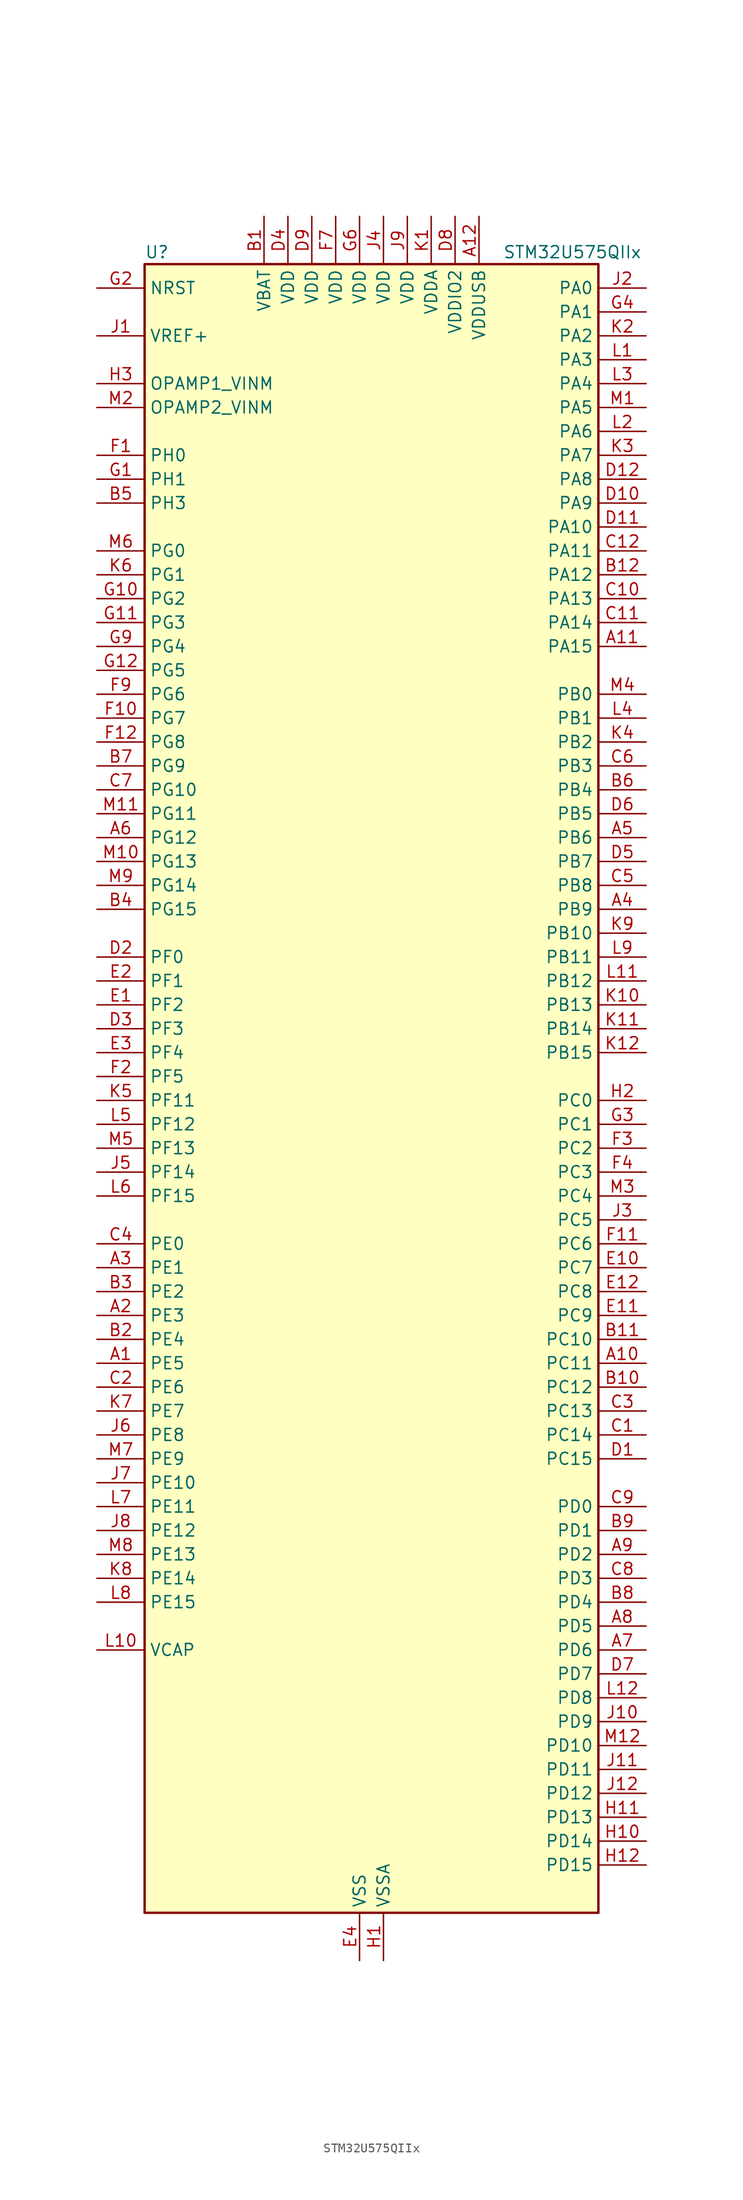
<source format=kicad_sym>
(kicad_symbol_lib
  (version 20220914)
  (generator kicad_symbol_editor)
  (symbol "STM32U575QIIx"
    (property "Reference" "U"
      (at -22.86 90.17 0)
      (effects (font (size 1.27 1.27)) (justify left)))
    (property "Value" "STM32U575QIIx"
      (at 15.24 90.17 0)
      (effects (font (size 1.27 1.27)) (justify left)))
    (property "ki_locked" ""
      (at 0 0 0)
      (effects (font (size 1.27 1.27))))
    (symbol "STM32U575QIIx_0_1"
      (rectangle (start -22.86 -86.36) (end 25.4 88.9) (stroke (width 0.254) (type default)) (fill (type background))))
    (symbol "STM32U575QIIx_1_1"
      (pin bidirectional line (at -27.94 -27.94 0) (length 5.08) (name "PE5" (effects (font (size 1.27 1.27)))) (number "A1" (effects (font (size 1.27 1.27)))) (alternate "DCMI_D6" bidirectional line) (alternate "DEBUG_TRACED2" bidirectional line) (alternate "FMC_A21" bidirectional line) (alternate "MDF1_CKI3" bidirectional line) (alternate "PSSI_D6" bidirectional line) (alternate "PWR_WKUP2" bidirectional line) (alternate "SAI1_CK2" bidirectional line) (alternate "SAI1_SCK_A" bidirectional line) (alternate "TAMP_IN8" bidirectional line) (alternate "TAMP_OUT7" bidirectional line) (alternate "TIM3_CH3" bidirectional line) (alternate "TSC_G7_IO4" bidirectional line))
      (pin bidirectional line (at 30.48 -27.94 180) (length 5.08) (name "PC11" (effects (font (size 1.27 1.27)))) (number "A10" (effects (font (size 1.27 1.27)))) (alternate "ADC1_EXTI11" bidirectional line) (alternate "ADF1_SDI0" bidirectional line) (alternate "DCMI_D2" bidirectional line) (alternate "DCMI_D4" bidirectional line) (alternate "LPTIM3_IN1" bidirectional line) (alternate "OCTOSPIM_P1_NCS" bidirectional line) (alternate "PSSI_D2" bidirectional line) (alternate "PSSI_D4" bidirectional line) (alternate "SAI2_MCLK_B" bidirectional line) (alternate "SDMMC1_D3" bidirectional line) (alternate "SPI3_MISO" bidirectional line) (alternate "TSC_G3_IO3" bidirectional line) (alternate "UART4_RX" bidirectional line) (alternate "UCPD1_FRSTX2" bidirectional line) (alternate "USART3_RX" bidirectional line))
      (pin bidirectional line (at 30.48 48.26 180) (length 5.08) (name "PA15" (effects (font (size 1.27 1.27)))) (number "A11" (effects (font (size 1.27 1.27)))) (alternate "ADC1_EXTI15" bidirectional line) (alternate "ADC4_EXTI15" bidirectional line) (alternate "DEBUG_JTDI" bidirectional line) (alternate "SAI2_FS_B" bidirectional line) (alternate "SPI1_NSS" bidirectional line) (alternate "SPI3_NSS" bidirectional line) (alternate "TIM2_CH1" bidirectional line) (alternate "TIM2_ETR" bidirectional line) (alternate "UART4_DE" bidirectional line) (alternate "UART4_RTS" bidirectional line) (alternate "UCPD1_CC1" bidirectional line) (alternate "USART2_RX" bidirectional line) (alternate "USART3_DE" bidirectional line) (alternate "USART3_RTS" bidirectional line))
      (pin power_in line (at 12.7 93.98 270) (length 5.08) (name "VDDUSB" (effects (font (size 1.27 1.27)))) (number "A12" (effects (font (size 1.27 1.27)))))
      (pin bidirectional line (at -27.94 -22.86 0) (length 5.08) (name "PE3" (effects (font (size 1.27 1.27)))) (number "A2" (effects (font (size 1.27 1.27)))) (alternate "DEBUG_TRACED0" bidirectional line) (alternate "FMC_A19" bidirectional line) (alternate "OCTOSPIM_P1_DQS" bidirectional line) (alternate "SAI1_SD_B" bidirectional line) (alternate "TAMP_IN6" bidirectional line) (alternate "TAMP_OUT3" bidirectional line) (alternate "TIM3_CH1" bidirectional line) (alternate "TSC_G7_IO2" bidirectional line))
      (pin bidirectional line (at -27.94 -17.78 0) (length 5.08) (name "PE1" (effects (font (size 1.27 1.27)))) (number "A3" (effects (font (size 1.27 1.27)))) (alternate "DCMI_D3" bidirectional line) (alternate "FMC_NBL1" bidirectional line) (alternate "PSSI_D3" bidirectional line) (alternate "TIM17_CH1" bidirectional line))
      (pin bidirectional line (at 30.48 20.32 180) (length 5.08) (name "PB9" (effects (font (size 1.27 1.27)))) (number "A4" (effects (font (size 1.27 1.27)))) (alternate "DAC1_EXTI9" bidirectional line) (alternate "DCMI_D7" bidirectional line) (alternate "FDCAN1_TX" bidirectional line) (alternate "I2C1_SDA" bidirectional line) (alternate "IR_OUT" bidirectional line) (alternate "PSSI_D7" bidirectional line) (alternate "SAI1_D2" bidirectional line) (alternate "SAI1_FS_A" bidirectional line) (alternate "SDMMC1_CDIR" bidirectional line) (alternate "SDMMC1_D5" bidirectional line) (alternate "SDMMC2_D5" bidirectional line) (alternate "SPI2_NSS" bidirectional line) (alternate "TIM17_CH1" bidirectional line) (alternate "TIM4_CH4" bidirectional line))
      (pin bidirectional line (at 30.48 27.94 180) (length 5.08) (name "PB6" (effects (font (size 1.27 1.27)))) (number "A5" (effects (font (size 1.27 1.27)))) (alternate "COMP2_INP" bidirectional line) (alternate "DCMI_D5" bidirectional line) (alternate "I2C1_SCL" bidirectional line) (alternate "I2C4_SCL" bidirectional line) (alternate "LPTIM1_ETR" bidirectional line) (alternate "MDF1_SDI5" bidirectional line) (alternate "PSSI_D5" bidirectional line) (alternate "PWR_WKUP3" bidirectional line) (alternate "SAI1_FS_B" bidirectional line) (alternate "TIM16_CH1N" bidirectional line) (alternate "TIM4_CH1" bidirectional line) (alternate "TIM8_BKIN2" bidirectional line) (alternate "TSC_G2_IO3" bidirectional line) (alternate "USART1_TX" bidirectional line))
      (pin bidirectional line (at -27.94 27.94 0) (length 5.08) (name "PG12" (effects (font (size 1.27 1.27)))) (number "A6" (effects (font (size 1.27 1.27)))) (alternate "FMC_NE4" bidirectional line) (alternate "LPTIM1_ETR" bidirectional line) (alternate "OCTOSPIM_P2_NCS" bidirectional line) (alternate "SAI2_SD_A" bidirectional line) (alternate "SPI3_NSS" bidirectional line) (alternate "USART1_DE" bidirectional line) (alternate "USART1_RTS" bidirectional line))
      (pin bidirectional line (at 30.48 -58.42 180) (length 5.08) (name "PD6" (effects (font (size 1.27 1.27)))) (number "A7" (effects (font (size 1.27 1.27)))) (alternate "DCMI_D10" bidirectional line) (alternate "FMC_NWAIT" bidirectional line) (alternate "MDF1_SDI1" bidirectional line) (alternate "OCTOSPIM_P1_IO6" bidirectional line) (alternate "PSSI_D10" bidirectional line) (alternate "SAI1_D1" bidirectional line) (alternate "SAI1_SD_A" bidirectional line) (alternate "SDMMC2_CK" bidirectional line) (alternate "SPI3_MOSI" bidirectional line) (alternate "USART2_RX" bidirectional line))
      (pin bidirectional line (at 30.48 -55.88 180) (length 5.08) (name "PD5" (effects (font (size 1.27 1.27)))) (number "A8" (effects (font (size 1.27 1.27)))) (alternate "FMC_NWE" bidirectional line) (alternate "OCTOSPIM_P1_IO5" bidirectional line) (alternate "SPI2_RDY" bidirectional line) (alternate "USART2_TX" bidirectional line))
      (pin bidirectional line (at 30.48 -48.26 180) (length 5.08) (name "PD2" (effects (font (size 1.27 1.27)))) (number "A9" (effects (font (size 1.27 1.27)))) (alternate "DCMI_D11" bidirectional line) (alternate "DEBUG_TRACED2" bidirectional line) (alternate "LPTIM4_ETR" bidirectional line) (alternate "PSSI_D11" bidirectional line) (alternate "SDMMC1_CMD" bidirectional line) (alternate "TIM3_ETR" bidirectional line) (alternate "TSC_SYNC" bidirectional line) (alternate "UART5_RX" bidirectional line) (alternate "USART3_DE" bidirectional line) (alternate "USART3_RTS" bidirectional line))
      (pin power_in line (at -10.16 93.98 270) (length 5.08) (name "VBAT" (effects (font (size 1.27 1.27)))) (number "B1" (effects (font (size 1.27 1.27)))))
      (pin bidirectional line (at 30.48 -30.48 180) (length 5.08) (name "PC12" (effects (font (size 1.27 1.27)))) (number "B10" (effects (font (size 1.27 1.27)))) (alternate "DCMI_D9" bidirectional line) (alternate "DEBUG_TRACED3" bidirectional line) (alternate "PSSI_D9" bidirectional line) (alternate "SAI2_SD_B" bidirectional line) (alternate "SDMMC1_CK" bidirectional line) (alternate "SPI3_MOSI" bidirectional line) (alternate "TSC_G3_IO4" bidirectional line) (alternate "UART5_TX" bidirectional line) (alternate "USART3_CK" bidirectional line))
      (pin bidirectional line (at 30.48 -25.4 180) (length 5.08) (name "PC10" (effects (font (size 1.27 1.27)))) (number "B11" (effects (font (size 1.27 1.27)))) (alternate "ADF1_CCK1" bidirectional line) (alternate "DCMI_D8" bidirectional line) (alternate "DEBUG_TRACED1" bidirectional line) (alternate "LPTIM3_ETR" bidirectional line) (alternate "PSSI_D8" bidirectional line) (alternate "SAI2_SCK_B" bidirectional line) (alternate "SDMMC1_D2" bidirectional line) (alternate "SPI3_SCK" bidirectional line) (alternate "TSC_G3_IO2" bidirectional line) (alternate "UART4_TX" bidirectional line) (alternate "USART3_TX" bidirectional line))
      (pin bidirectional line (at 30.48 55.88 180) (length 5.08) (name "PA12" (effects (font (size 1.27 1.27)))) (number "B12" (effects (font (size 1.27 1.27)))) (alternate "FDCAN1_TX" bidirectional line) (alternate "OCTOSPIM_P2_NCS" bidirectional line) (alternate "SPI1_MOSI" bidirectional line) (alternate "TIM1_ETR" bidirectional line) (alternate "USART1_DE" bidirectional line) (alternate "USART1_RTS" bidirectional line) (alternate "USB_OTG_FS_DP" bidirectional line))
      (pin bidirectional line (at -27.94 -25.4 0) (length 5.08) (name "PE4" (effects (font (size 1.27 1.27)))) (number "B2" (effects (font (size 1.27 1.27)))) (alternate "DCMI_D4" bidirectional line) (alternate "DEBUG_TRACED1" bidirectional line) (alternate "FMC_A20" bidirectional line) (alternate "MDF1_SDI3" bidirectional line) (alternate "PSSI_D4" bidirectional line) (alternate "PWR_WKUP1" bidirectional line) (alternate "SAI1_D2" bidirectional line) (alternate "SAI1_FS_A" bidirectional line) (alternate "TAMP_IN7" bidirectional line) (alternate "TAMP_OUT8" bidirectional line) (alternate "TIM3_CH2" bidirectional line) (alternate "TSC_G7_IO3" bidirectional line))
      (pin bidirectional line (at -27.94 -20.32 0) (length 5.08) (name "PE2" (effects (font (size 1.27 1.27)))) (number "B3" (effects (font (size 1.27 1.27)))) (alternate "DEBUG_TRACECLK" bidirectional line) (alternate "FMC_A23" bidirectional line) (alternate "SAI1_CK1" bidirectional line) (alternate "SAI1_MCLK_A" bidirectional line) (alternate "TIM3_ETR" bidirectional line) (alternate "TSC_G7_IO1" bidirectional line))
      (pin bidirectional line (at -27.94 20.32 0) (length 5.08) (name "PG15" (effects (font (size 1.27 1.27)))) (number "B4" (effects (font (size 1.27 1.27)))) (alternate "ADC1_EXTI15" bidirectional line) (alternate "ADC4_EXTI15" bidirectional line) (alternate "DCMI_D13" bidirectional line) (alternate "I2C1_SMBA" bidirectional line) (alternate "LPTIM1_CH1" bidirectional line) (alternate "OCTOSPIM_P2_DQS" bidirectional line) (alternate "PSSI_D13" bidirectional line))
      (pin bidirectional line (at -27.94 63.5 0) (length 5.08) (name "PH3" (effects (font (size 1.27 1.27)))) (number "B5" (effects (font (size 1.27 1.27)))))
      (pin bidirectional line (at 30.48 33.02 180) (length 5.08) (name "PB4" (effects (font (size 1.27 1.27)))) (number "B6" (effects (font (size 1.27 1.27)))) (alternate "ADF1_SDI0" bidirectional line) (alternate "COMP2_INP" bidirectional line) (alternate "DCMI_D12" bidirectional line) (alternate "DEBUG_JTRST" bidirectional line) (alternate "I2C3_SDA" bidirectional line) (alternate "LPTIM1_CH2" bidirectional line) (alternate "PSSI_D12" bidirectional line) (alternate "SAI1_MCLK_B" bidirectional line) (alternate "SDMMC2_D3" bidirectional line) (alternate "SPI1_MISO" bidirectional line) (alternate "SPI3_MISO" bidirectional line) (alternate "TIM17_BKIN" bidirectional line) (alternate "TIM3_CH1" bidirectional line) (alternate "TSC_G2_IO1" bidirectional line) (alternate "UART5_DE" bidirectional line) (alternate "UART5_RTS" bidirectional line) (alternate "USART1_CTS" bidirectional line))
      (pin bidirectional line (at -27.94 35.56 0) (length 5.08) (name "PG9" (effects (font (size 1.27 1.27)))) (number "B7" (effects (font (size 1.27 1.27)))) (alternate "DAC1_EXTI9" bidirectional line) (alternate "FMC_NCE" bidirectional line) (alternate "FMC_NE2" bidirectional line) (alternate "OCTOSPIM_P2_IO6" bidirectional line) (alternate "SAI2_SCK_A" bidirectional line) (alternate "SPI3_SCK" bidirectional line) (alternate "TIM15_CH1N" bidirectional line) (alternate "USART1_TX" bidirectional line))
      (pin bidirectional line (at 30.48 -53.34 180) (length 5.08) (name "PD4" (effects (font (size 1.27 1.27)))) (number "B8" (effects (font (size 1.27 1.27)))) (alternate "FMC_NOE" bidirectional line) (alternate "MDF1_CKI0" bidirectional line) (alternate "OCTOSPIM_P1_IO4" bidirectional line) (alternate "SPI2_MOSI" bidirectional line) (alternate "USART2_DE" bidirectional line) (alternate "USART2_RTS" bidirectional line))
      (pin bidirectional line (at 30.48 -45.72 180) (length 5.08) (name "PD1" (effects (font (size 1.27 1.27)))) (number "B9" (effects (font (size 1.27 1.27)))) (alternate "FDCAN1_TX" bidirectional line) (alternate "FMC_D3" bidirectional line) (alternate "FMC_DA3" bidirectional line) (alternate "SPI2_SCK" bidirectional line))
      (pin bidirectional line (at 30.48 -35.56 180) (length 5.08) (name "PC14" (effects (font (size 1.27 1.27)))) (number "C1" (effects (font (size 1.27 1.27)))) (alternate "RCC_OSC32_IN" bidirectional line))
      (pin bidirectional line (at 30.48 53.34 180) (length 5.08) (name "PA13" (effects (font (size 1.27 1.27)))) (number "C10" (effects (font (size 1.27 1.27)))) (alternate "DEBUG_JTMS-SWDIO" bidirectional line) (alternate "IR_OUT" bidirectional line) (alternate "SAI1_SD_B" bidirectional line) (alternate "USB_OTG_FS_NOE" bidirectional line))
      (pin bidirectional line (at 30.48 50.8 180) (length 5.08) (name "PA14" (effects (font (size 1.27 1.27)))) (number "C11" (effects (font (size 1.27 1.27)))) (alternate "DEBUG_JTCK-SWCLK" bidirectional line) (alternate "I2C1_SMBA" bidirectional line) (alternate "I2C4_SMBA" bidirectional line) (alternate "LPTIM1_CH1" bidirectional line) (alternate "SAI1_FS_B" bidirectional line) (alternate "USB_OTG_FS_SOF" bidirectional line))
      (pin bidirectional line (at 30.48 58.42 180) (length 5.08) (name "PA11" (effects (font (size 1.27 1.27)))) (number "C12" (effects (font (size 1.27 1.27)))) (alternate "ADC1_EXTI11" bidirectional line) (alternate "FDCAN1_RX" bidirectional line) (alternate "SPI1_MISO" bidirectional line) (alternate "TIM1_BKIN2" bidirectional line) (alternate "TIM1_CH4" bidirectional line) (alternate "USART1_CTS" bidirectional line) (alternate "USB_OTG_FS_DM" bidirectional line))
      (pin bidirectional line (at -27.94 -30.48 0) (length 5.08) (name "PE6" (effects (font (size 1.27 1.27)))) (number "C2" (effects (font (size 1.27 1.27)))) (alternate "DCMI_D7" bidirectional line) (alternate "DEBUG_TRACED3" bidirectional line) (alternate "FMC_A22" bidirectional line) (alternate "PSSI_D7" bidirectional line) (alternate "PWR_WKUP3" bidirectional line) (alternate "SAI1_D1" bidirectional line) (alternate "SAI1_SD_A" bidirectional line) (alternate "TAMP_IN3" bidirectional line) (alternate "TAMP_OUT6" bidirectional line) (alternate "TIM3_CH4" bidirectional line))
      (pin bidirectional line (at 30.48 -33.02 180) (length 5.08) (name "PC13" (effects (font (size 1.27 1.27)))) (number "C3" (effects (font (size 1.27 1.27)))) (alternate "PWR_WKUP2" bidirectional line) (alternate "RTC_OUT1" bidirectional line) (alternate "RTC_TS" bidirectional line) (alternate "TAMP_IN1" bidirectional line) (alternate "TAMP_OUT2" bidirectional line))
      (pin bidirectional line (at -27.94 -15.24 0) (length 5.08) (name "PE0" (effects (font (size 1.27 1.27)))) (number "C4" (effects (font (size 1.27 1.27)))) (alternate "DCMI_D2" bidirectional line) (alternate "FMC_NBL0" bidirectional line) (alternate "PSSI_D2" bidirectional line) (alternate "TIM16_CH1" bidirectional line) (alternate "TIM4_ETR" bidirectional line))
      (pin bidirectional line (at 30.48 22.86 180) (length 5.08) (name "PB8" (effects (font (size 1.27 1.27)))) (number "C5" (effects (font (size 1.27 1.27)))) (alternate "DCMI_D6" bidirectional line) (alternate "FDCAN1_RX" bidirectional line) (alternate "I2C1_SCL" bidirectional line) (alternate "MDF1_CCK0" bidirectional line) (alternate "PSSI_D6" bidirectional line) (alternate "PWR_WKUP5" bidirectional line) (alternate "SAI1_CK1" bidirectional line) (alternate "SAI1_MCLK_A" bidirectional line) (alternate "SDMMC1_CKIN" bidirectional line) (alternate "SDMMC1_D4" bidirectional line) (alternate "SDMMC2_D4" bidirectional line) (alternate "SPI3_RDY" bidirectional line) (alternate "TIM16_CH1" bidirectional line) (alternate "TIM4_CH3" bidirectional line))
      (pin bidirectional line (at 30.48 35.56 180) (length 5.08) (name "PB3" (effects (font (size 1.27 1.27)))) (number "C6" (effects (font (size 1.27 1.27)))) (alternate "ADF1_CCK0" bidirectional line) (alternate "COMP2_INM" bidirectional line) (alternate "CRS_SYNC" bidirectional line) (alternate "DEBUG_JTDO-SWO" bidirectional line) (alternate "I2C1_SDA" bidirectional line) (alternate "LPTIM1_CH1" bidirectional line) (alternate "SAI1_SCK_B" bidirectional line) (alternate "SDMMC2_D2" bidirectional line) (alternate "SPI1_SCK" bidirectional line) (alternate "SPI3_SCK" bidirectional line) (alternate "TIM2_CH2" bidirectional line) (alternate "USART1_DE" bidirectional line) (alternate "USART1_RTS" bidirectional line))
      (pin bidirectional line (at -27.94 33.02 0) (length 5.08) (name "PG10" (effects (font (size 1.27 1.27)))) (number "C7" (effects (font (size 1.27 1.27)))) (alternate "FMC_NE3" bidirectional line) (alternate "LPTIM1_IN1" bidirectional line) (alternate "OCTOSPIM_P2_IO7" bidirectional line) (alternate "SAI2_FS_A" bidirectional line) (alternate "SPI3_MISO" bidirectional line) (alternate "TIM15_CH1" bidirectional line) (alternate "USART1_RX" bidirectional line))
      (pin bidirectional line (at 30.48 -50.8 180) (length 5.08) (name "PD3" (effects (font (size 1.27 1.27)))) (number "C8" (effects (font (size 1.27 1.27)))) (alternate "DCMI_D5" bidirectional line) (alternate "FMC_CLK" bidirectional line) (alternate "MDF1_SDI0" bidirectional line) (alternate "OCTOSPIM_P2_NCS" bidirectional line) (alternate "PSSI_D5" bidirectional line) (alternate "SPI2_MISO" bidirectional line) (alternate "SPI2_SCK" bidirectional line) (alternate "USART2_CTS" bidirectional line))
      (pin bidirectional line (at 30.48 -43.18 180) (length 5.08) (name "PD0" (effects (font (size 1.27 1.27)))) (number "C9" (effects (font (size 1.27 1.27)))) (alternate "FDCAN1_RX" bidirectional line) (alternate "FMC_D2" bidirectional line) (alternate "FMC_DA2" bidirectional line) (alternate "SPI2_NSS" bidirectional line) (alternate "TIM8_CH4N" bidirectional line))
      (pin bidirectional line (at 30.48 -38.1 180) (length 5.08) (name "PC15" (effects (font (size 1.27 1.27)))) (number "D1" (effects (font (size 1.27 1.27)))) (alternate "ADC1_EXTI15" bidirectional line) (alternate "ADC4_EXTI15" bidirectional line) (alternate "RCC_OSC32_OUT" bidirectional line))
      (pin bidirectional line (at 30.48 63.5 180) (length 5.08) (name "PA9" (effects (font (size 1.27 1.27)))) (number "D10" (effects (font (size 1.27 1.27)))) (alternate "DAC1_EXTI9" bidirectional line) (alternate "DCMI_D0" bidirectional line) (alternate "PSSI_D0" bidirectional line) (alternate "SAI1_FS_A" bidirectional line) (alternate "SPI2_SCK" bidirectional line) (alternate "TIM15_BKIN" bidirectional line) (alternate "TIM1_CH2" bidirectional line) (alternate "USART1_TX" bidirectional line) (alternate "USB_OTG_FS_VBUS" bidirectional line))
      (pin bidirectional line (at 30.48 60.96 180) (length 5.08) (name "PA10" (effects (font (size 1.27 1.27)))) (number "D11" (effects (font (size 1.27 1.27)))) (alternate "CRS_SYNC" bidirectional line) (alternate "DCMI_D1" bidirectional line) (alternate "LPTIM2_IN2" bidirectional line) (alternate "PSSI_D1" bidirectional line) (alternate "SAI1_D1" bidirectional line) (alternate "SAI1_SD_A" bidirectional line) (alternate "TIM17_BKIN" bidirectional line) (alternate "TIM1_CH3" bidirectional line) (alternate "USART1_RX" bidirectional line) (alternate "USB_OTG_FS_ID" bidirectional line))
      (pin bidirectional line (at 30.48 66.04 180) (length 5.08) (name "PA8" (effects (font (size 1.27 1.27)))) (number "D12" (effects (font (size 1.27 1.27)))) (alternate "DEBUG_TRACECLK" bidirectional line) (alternate "LPTIM2_CH1" bidirectional line) (alternate "RCC_MCO" bidirectional line) (alternate "SAI1_CK2" bidirectional line) (alternate "SAI1_SCK_A" bidirectional line) (alternate "SPI1_RDY" bidirectional line) (alternate "TIM1_CH1" bidirectional line) (alternate "USART1_CK" bidirectional line) (alternate "USB_OTG_FS_SOF" bidirectional line))
      (pin bidirectional line (at -27.94 15.24 0) (length 5.08) (name "PF0" (effects (font (size 1.27 1.27)))) (number "D2" (effects (font (size 1.27 1.27)))) (alternate "FMC_A0" bidirectional line) (alternate "I2C2_SDA" bidirectional line) (alternate "OCTOSPIM_P2_IO0" bidirectional line))
      (pin bidirectional line (at -27.94 7.62 0) (length 5.08) (name "PF3" (effects (font (size 1.27 1.27)))) (number "D3" (effects (font (size 1.27 1.27)))) (alternate "FMC_A3" bidirectional line) (alternate "LPTIM3_IN1" bidirectional line) (alternate "OCTOSPIM_P2_IO3" bidirectional line))
      (pin power_in line (at -7.62 93.98 270) (length 5.08) (name "VDD" (effects (font (size 1.27 1.27)))) (number "D4" (effects (font (size 1.27 1.27)))))
      (pin bidirectional line (at 30.48 25.4 180) (length 5.08) (name "PB7" (effects (font (size 1.27 1.27)))) (number "D5" (effects (font (size 1.27 1.27)))) (alternate "COMP2_INM" bidirectional line) (alternate "DCMI_VSYNC" bidirectional line) (alternate "FMC_NL" bidirectional line) (alternate "I2C1_SDA" bidirectional line) (alternate "I2C4_SDA" bidirectional line) (alternate "LPTIM1_IN2" bidirectional line) (alternate "MDF1_CKI5" bidirectional line) (alternate "PSSI_RDY" bidirectional line) (alternate "PWR_PVD_IN" bidirectional line) (alternate "PWR_WKUP4" bidirectional line) (alternate "TIM17_CH1N" bidirectional line) (alternate "TIM4_CH2" bidirectional line) (alternate "TIM8_BKIN" bidirectional line) (alternate "TSC_G2_IO4" bidirectional line) (alternate "UART4_CTS" bidirectional line) (alternate "USART1_RX" bidirectional line))
      (pin bidirectional line (at 30.48 30.48 180) (length 5.08) (name "PB5" (effects (font (size 1.27 1.27)))) (number "D6" (effects (font (size 1.27 1.27)))) (alternate "COMP2_OUT" bidirectional line) (alternate "DCMI_D10" bidirectional line) (alternate "I2C1_SMBA" bidirectional line) (alternate "LPTIM1_IN1" bidirectional line) (alternate "OCTOSPIM_P1_NCLK" bidirectional line) (alternate "PSSI_D10" bidirectional line) (alternate "PWR_WKUP6" bidirectional line) (alternate "SAI1_SD_B" bidirectional line) (alternate "SPI1_MOSI" bidirectional line) (alternate "SPI3_MOSI" bidirectional line) (alternate "TIM16_BKIN" bidirectional line) (alternate "TIM3_CH2" bidirectional line) (alternate "TSC_G2_IO2" bidirectional line) (alternate "UART5_CTS" bidirectional line) (alternate "UCPD1_DBCC1" bidirectional line) (alternate "USART1_CK" bidirectional line))
      (pin bidirectional line (at 30.48 -60.96 180) (length 5.08) (name "PD7" (effects (font (size 1.27 1.27)))) (number "D7" (effects (font (size 1.27 1.27)))) (alternate "FMC_NCE" bidirectional line) (alternate "FMC_NE1" bidirectional line) (alternate "LPTIM4_OUT" bidirectional line) (alternate "MDF1_CKI1" bidirectional line) (alternate "OCTOSPIM_P1_IO7" bidirectional line) (alternate "SDMMC2_CMD" bidirectional line) (alternate "USART2_CK" bidirectional line))
      (pin power_in line (at 10.16 93.98 270) (length 5.08) (name "VDDIO2" (effects (font (size 1.27 1.27)))) (number "D8" (effects (font (size 1.27 1.27)))))
      (pin power_in line (at -5.08 93.98 270) (length 5.08) (name "VDD" (effects (font (size 1.27 1.27)))) (number "D9" (effects (font (size 1.27 1.27)))))
      (pin bidirectional line (at -27.94 10.16 0) (length 5.08) (name "PF2" (effects (font (size 1.27 1.27)))) (number "E1" (effects (font (size 1.27 1.27)))) (alternate "FMC_A2" bidirectional line) (alternate "I2C2_SMBA" bidirectional line) (alternate "LPTIM3_CH2" bidirectional line) (alternate "OCTOSPIM_P2_IO2" bidirectional line) (alternate "PWR_WKUP8" bidirectional line))
      (pin bidirectional line (at 30.48 -17.78 180) (length 5.08) (name "PC7" (effects (font (size 1.27 1.27)))) (number "E10" (effects (font (size 1.27 1.27)))) (alternate "DCMI_D1" bidirectional line) (alternate "LPTIM2_CH2" bidirectional line) (alternate "MDF1_SDI3" bidirectional line) (alternate "PSSI_D1" bidirectional line) (alternate "PWR_CDSTOP" bidirectional line) (alternate "SAI2_MCLK_B" bidirectional line) (alternate "SDMMC1_D123DIR" bidirectional line) (alternate "SDMMC1_D7" bidirectional line) (alternate "SDMMC2_D7" bidirectional line) (alternate "TIM3_CH2" bidirectional line) (alternate "TIM8_CH2" bidirectional line) (alternate "TSC_G4_IO2" bidirectional line))
      (pin bidirectional line (at 30.48 -22.86 180) (length 5.08) (name "PC9" (effects (font (size 1.27 1.27)))) (number "E11" (effects (font (size 1.27 1.27)))) (alternate "DAC1_EXTI9" bidirectional line) (alternate "DCMI_D3" bidirectional line) (alternate "DEBUG_TRACED0" bidirectional line) (alternate "LPTIM3_CH2" bidirectional line) (alternate "PSSI_D3" bidirectional line) (alternate "SDMMC1_D1" bidirectional line) (alternate "TIM3_CH4" bidirectional line) (alternate "TIM8_BKIN2" bidirectional line) (alternate "TIM8_CH4" bidirectional line) (alternate "TSC_G4_IO4" bidirectional line) (alternate "USB_OTG_FS_NOE" bidirectional line))
      (pin bidirectional line (at 30.48 -20.32 180) (length 5.08) (name "PC8" (effects (font (size 1.27 1.27)))) (number "E12" (effects (font (size 1.27 1.27)))) (alternate "DCMI_D2" bidirectional line) (alternate "LPTIM3_CH1" bidirectional line) (alternate "PSSI_D2" bidirectional line) (alternate "PWR_SRDSTOP" bidirectional line) (alternate "SDMMC1_D0" bidirectional line) (alternate "TIM3_CH3" bidirectional line) (alternate "TIM8_CH3" bidirectional line) (alternate "TSC_G4_IO3" bidirectional line))
      (pin bidirectional line (at -27.94 12.7 0) (length 5.08) (name "PF1" (effects (font (size 1.27 1.27)))) (number "E2" (effects (font (size 1.27 1.27)))) (alternate "FMC_A1" bidirectional line) (alternate "I2C2_SCL" bidirectional line) (alternate "OCTOSPIM_P2_IO1" bidirectional line))
      (pin bidirectional line (at -27.94 5.08 0) (length 5.08) (name "PF4" (effects (font (size 1.27 1.27)))) (number "E3" (effects (font (size 1.27 1.27)))) (alternate "FMC_A4" bidirectional line) (alternate "LPTIM3_ETR" bidirectional line) (alternate "OCTOSPIM_P2_CLK" bidirectional line))
      (pin power_in line (at 0 -91.44 90) (length 5.08) (name "VSS" (effects (font (size 1.27 1.27)))) (number "E4" (effects (font (size 1.27 1.27)))))
      (pin passive line (at 0 -91.44 90) (length 5.08) hide (name "VSS" (effects (font (size 1.27 1.27)))) (number "E9" (effects (font (size 1.27 1.27)))))
      (pin bidirectional line (at -27.94 68.58 0) (length 5.08) (name "PH0" (effects (font (size 1.27 1.27)))) (number "F1" (effects (font (size 1.27 1.27)))) (alternate "RCC_OSC_IN" bidirectional line))
      (pin bidirectional line (at -27.94 40.64 0) (length 5.08) (name "PG7" (effects (font (size 1.27 1.27)))) (number "F10" (effects (font (size 1.27 1.27)))) (alternate "FMC_INT" bidirectional line) (alternate "I2C3_SCL" bidirectional line) (alternate "LPUART1_TX" bidirectional line) (alternate "MDF1_CCK0" bidirectional line) (alternate "OCTOSPIM_P2_DQS" bidirectional line) (alternate "SAI1_CK1" bidirectional line) (alternate "SAI1_MCLK_A" bidirectional line) (alternate "UCPD1_FRSTX2" bidirectional line))
      (pin bidirectional line (at 30.48 -15.24 180) (length 5.08) (name "PC6" (effects (font (size 1.27 1.27)))) (number "F11" (effects (font (size 1.27 1.27)))) (alternate "DCMI_D0" bidirectional line) (alternate "MDF1_CKI3" bidirectional line) (alternate "PSSI_D0" bidirectional line) (alternate "PWR_CSLEEP" bidirectional line) (alternate "SAI2_MCLK_A" bidirectional line) (alternate "SDMMC1_D0DIR" bidirectional line) (alternate "SDMMC1_D6" bidirectional line) (alternate "SDMMC2_D6" bidirectional line) (alternate "TIM3_CH1" bidirectional line) (alternate "TIM8_CH1" bidirectional line) (alternate "TSC_G4_IO1" bidirectional line))
      (pin bidirectional line (at -27.94 38.1 0) (length 5.08) (name "PG8" (effects (font (size 1.27 1.27)))) (number "F12" (effects (font (size 1.27 1.27)))) (alternate "I2C3_SDA" bidirectional line) (alternate "LPUART1_RX" bidirectional line))
      (pin bidirectional line (at -27.94 2.54 0) (length 5.08) (name "PF5" (effects (font (size 1.27 1.27)))) (number "F2" (effects (font (size 1.27 1.27)))) (alternate "FMC_A5" bidirectional line) (alternate "LPTIM3_CH1" bidirectional line) (alternate "OCTOSPIM_P2_NCLK" bidirectional line))
      (pin bidirectional line (at 30.48 -5.08 180) (length 5.08) (name "PC2" (effects (font (size 1.27 1.27)))) (number "F3" (effects (font (size 1.27 1.27)))) (alternate "ADC1_IN3" bidirectional line) (alternate "ADC4_IN3" bidirectional line) (alternate "LPTIM1_IN2" bidirectional line) (alternate "MDF1_CCK1" bidirectional line) (alternate "OCTOSPIM_P1_IO5" bidirectional line) (alternate "SPI2_MISO" bidirectional line))
      (pin bidirectional line (at 30.48 -7.62 180) (length 5.08) (name "PC3" (effects (font (size 1.27 1.27)))) (number "F4" (effects (font (size 1.27 1.27)))) (alternate "ADC1_IN4" bidirectional line) (alternate "ADC4_IN4" bidirectional line) (alternate "LPTIM1_ETR" bidirectional line) (alternate "LPTIM2_ETR" bidirectional line) (alternate "LPTIM3_CH1" bidirectional line) (alternate "OCTOSPIM_P1_IO6" bidirectional line) (alternate "SAI1_D1" bidirectional line) (alternate "SAI1_SD_A" bidirectional line) (alternate "SPI2_MOSI" bidirectional line))
      (pin passive line (at 0 -91.44 90) (length 5.08) hide (name "VSS" (effects (font (size 1.27 1.27)))) (number "F6" (effects (font (size 1.27 1.27)))))
      (pin power_in line (at -2.54 93.98 270) (length 5.08) (name "VDD" (effects (font (size 1.27 1.27)))) (number "F7" (effects (font (size 1.27 1.27)))))
      (pin bidirectional line (at -27.94 43.18 0) (length 5.08) (name "PG6" (effects (font (size 1.27 1.27)))) (number "F9" (effects (font (size 1.27 1.27)))) (alternate "I2C3_SMBA" bidirectional line) (alternate "LPUART1_DE" bidirectional line) (alternate "LPUART1_RTS" bidirectional line) (alternate "OCTOSPIM_P1_DQS" bidirectional line) (alternate "SPI1_RDY" bidirectional line) (alternate "UCPD1_FRSTX1" bidirectional line))
      (pin bidirectional line (at -27.94 66.04 0) (length 5.08) (name "PH1" (effects (font (size 1.27 1.27)))) (number "G1" (effects (font (size 1.27 1.27)))) (alternate "RCC_OSC_OUT" bidirectional line))
      (pin bidirectional line (at -27.94 53.34 0) (length 5.08) (name "PG2" (effects (font (size 1.27 1.27)))) (number "G10" (effects (font (size 1.27 1.27)))) (alternate "FMC_A12" bidirectional line) (alternate "SAI2_SCK_B" bidirectional line) (alternate "SPI1_SCK" bidirectional line))
      (pin bidirectional line (at -27.94 50.8 0) (length 5.08) (name "PG3" (effects (font (size 1.27 1.27)))) (number "G11" (effects (font (size 1.27 1.27)))) (alternate "FMC_A13" bidirectional line) (alternate "SAI2_FS_B" bidirectional line) (alternate "SPI1_MISO" bidirectional line))
      (pin bidirectional line (at -27.94 45.72 0) (length 5.08) (name "PG5" (effects (font (size 1.27 1.27)))) (number "G12" (effects (font (size 1.27 1.27)))) (alternate "FMC_A15" bidirectional line) (alternate "LPUART1_CTS" bidirectional line) (alternate "SAI2_SD_B" bidirectional line) (alternate "SPI1_NSS" bidirectional line))
      (pin input line (at -27.94 86.36 0) (length 5.08) (name "NRST" (effects (font (size 1.27 1.27)))) (number "G2" (effects (font (size 1.27 1.27)))))
      (pin bidirectional line (at 30.48 -2.54 180) (length 5.08) (name "PC1" (effects (font (size 1.27 1.27)))) (number "G3" (effects (font (size 1.27 1.27)))) (alternate "ADC1_IN2" bidirectional line) (alternate "ADC4_IN2" bidirectional line) (alternate "DEBUG_TRACED0" bidirectional line) (alternate "I2C3_SDA" bidirectional line) (alternate "LPTIM1_CH1" bidirectional line) (alternate "LPUART1_TX" bidirectional line) (alternate "MDF1_CKI4" bidirectional line) (alternate "OCTOSPIM_P1_IO4" bidirectional line) (alternate "SAI1_SD_A" bidirectional line) (alternate "SDMMC2_CK" bidirectional line) (alternate "SPI2_MOSI" bidirectional line))
      (pin bidirectional line (at 30.48 83.82 180) (length 5.08) (name "PA1" (effects (font (size 1.27 1.27)))) (number "G4" (effects (font (size 1.27 1.27)))) (alternate "ADC1_IN6" bidirectional line) (alternate "I2C1_SMBA" bidirectional line) (alternate "LPTIM1_CH2" bidirectional line) (alternate "OCTOSPIM_P1_DQS" bidirectional line) (alternate "OPAMP1_VINM" bidirectional line) (alternate "PWR_WKUP3" bidirectional line) (alternate "SPI1_SCK" bidirectional line) (alternate "TAMP_IN5" bidirectional line) (alternate "TAMP_OUT4" bidirectional line) (alternate "TIM15_CH1N" bidirectional line) (alternate "TIM2_CH2" bidirectional line) (alternate "TIM5_CH2" bidirectional line) (alternate "UART4_RX" bidirectional line) (alternate "USART2_DE" bidirectional line) (alternate "USART2_RTS" bidirectional line))
      (pin power_in line (at 0 93.98 270) (length 5.08) (name "VDD" (effects (font (size 1.27 1.27)))) (number "G6" (effects (font (size 1.27 1.27)))))
      (pin passive line (at 0 -91.44 90) (length 5.08) hide (name "VSS" (effects (font (size 1.27 1.27)))) (number "G7" (effects (font (size 1.27 1.27)))))
      (pin bidirectional line (at -27.94 48.26 0) (length 5.08) (name "PG4" (effects (font (size 1.27 1.27)))) (number "G9" (effects (font (size 1.27 1.27)))) (alternate "FMC_A14" bidirectional line) (alternate "SAI2_MCLK_B" bidirectional line) (alternate "SPI1_MOSI" bidirectional line))
      (pin power_in line (at 2.54 -91.44 90) (length 5.08) (name "VSSA" (effects (font (size 1.27 1.27)))) (number "H1" (effects (font (size 1.27 1.27)))))
      (pin bidirectional line (at 30.48 -78.74 180) (length 5.08) (name "PD14" (effects (font (size 1.27 1.27)))) (number "H10" (effects (font (size 1.27 1.27)))) (alternate "FMC_D0" bidirectional line) (alternate "FMC_DA0" bidirectional line) (alternate "LPTIM3_CH1" bidirectional line) (alternate "TIM4_CH3" bidirectional line))
      (pin bidirectional line (at 30.48 -76.2 180) (length 5.08) (name "PD13" (effects (font (size 1.27 1.27)))) (number "H11" (effects (font (size 1.27 1.27)))) (alternate "ADC4_IN17" bidirectional line) (alternate "FMC_A18" bidirectional line) (alternate "I2C4_SDA" bidirectional line) (alternate "LPTIM2_CH1" bidirectional line) (alternate "LPTIM4_IN1" bidirectional line) (alternate "TIM4_CH2" bidirectional line) (alternate "TSC_G6_IO4" bidirectional line))
      (pin bidirectional line (at 30.48 -81.28 180) (length 5.08) (name "PD15" (effects (font (size 1.27 1.27)))) (number "H12" (effects (font (size 1.27 1.27)))) (alternate "ADC1_EXTI15" bidirectional line) (alternate "ADC4_EXTI15" bidirectional line) (alternate "FMC_D1" bidirectional line) (alternate "FMC_DA1" bidirectional line) (alternate "LPTIM3_CH2" bidirectional line) (alternate "TIM4_CH4" bidirectional line))
      (pin bidirectional line (at 30.48 0 180) (length 5.08) (name "PC0" (effects (font (size 1.27 1.27)))) (number "H2" (effects (font (size 1.27 1.27)))) (alternate "ADC1_IN1" bidirectional line) (alternate "ADC4_IN1" bidirectional line) (alternate "I2C3_SCL" bidirectional line) (alternate "LPTIM1_IN1" bidirectional line) (alternate "LPTIM2_IN1" bidirectional line) (alternate "LPUART1_RX" bidirectional line) (alternate "MDF1_SDI4" bidirectional line) (alternate "OCTOSPIM_P1_IO7" bidirectional line) (alternate "SAI2_FS_A" bidirectional line) (alternate "SDMMC1_D5" bidirectional line) (alternate "SPI2_RDY" bidirectional line))
      (pin bidirectional line (at -27.94 76.2 0) (length 5.08) (name "OPAMP1_VINM" (effects (font (size 1.27 1.27)))) (number "H3" (effects (font (size 1.27 1.27)))) (alternate "OPAMP1_VINM" bidirectional line))
      (pin passive line (at 0 -91.44 90) (length 5.08) hide (name "VSS" (effects (font (size 1.27 1.27)))) (number "H4" (effects (font (size 1.27 1.27)))))
      (pin passive line (at 0 -91.44 90) (length 5.08) hide (name "VSS" (effects (font (size 1.27 1.27)))) (number "H9" (effects (font (size 1.27 1.27)))))
      (pin input line (at -27.94 81.28 0) (length 5.08) (name "VREF+" (effects (font (size 1.27 1.27)))) (number "J1" (effects (font (size 1.27 1.27)))) (alternate "VREFBUF_OUT" bidirectional line))
      (pin bidirectional line (at 30.48 -66.04 180) (length 5.08) (name "PD9" (effects (font (size 1.27 1.27)))) (number "J10" (effects (font (size 1.27 1.27)))) (alternate "DAC1_EXTI9" bidirectional line) (alternate "DCMI_PIXCLK" bidirectional line) (alternate "FMC_D14" bidirectional line) (alternate "FMC_DA14" bidirectional line) (alternate "LPTIM2_IN2" bidirectional line) (alternate "LPTIM3_IN1" bidirectional line) (alternate "PSSI_PDCK" bidirectional line) (alternate "SAI2_MCLK_A" bidirectional line) (alternate "USART3_RX" bidirectional line))
      (pin bidirectional line (at 30.48 -71.12 180) (length 5.08) (name "PD11" (effects (font (size 1.27 1.27)))) (number "J11" (effects (font (size 1.27 1.27)))) (alternate "ADC1_EXTI11" bidirectional line) (alternate "ADC4_IN15" bidirectional line) (alternate "FMC_A16" bidirectional line) (alternate "FMC_CLE" bidirectional line) (alternate "I2C4_SMBA" bidirectional line) (alternate "LPTIM2_ETR" bidirectional line) (alternate "SAI2_SD_A" bidirectional line) (alternate "TSC_G6_IO2" bidirectional line) (alternate "USART3_CTS" bidirectional line))
      (pin bidirectional line (at 30.48 -73.66 180) (length 5.08) (name "PD12" (effects (font (size 1.27 1.27)))) (number "J12" (effects (font (size 1.27 1.27)))) (alternate "ADC4_IN16" bidirectional line) (alternate "FMC_A17" bidirectional line) (alternate "FMC_ALE" bidirectional line) (alternate "I2C4_SCL" bidirectional line) (alternate "LPTIM2_IN1" bidirectional line) (alternate "SAI2_FS_A" bidirectional line) (alternate "TIM4_CH1" bidirectional line) (alternate "TSC_G6_IO3" bidirectional line) (alternate "USART3_DE" bidirectional line) (alternate "USART3_RTS" bidirectional line))
      (pin bidirectional line (at 30.48 86.36 180) (length 5.08) (name "PA0" (effects (font (size 1.27 1.27)))) (number "J2" (effects (font (size 1.27 1.27)))) (alternate "ADC1_IN5" bidirectional line) (alternate "AUDIOCLK" bidirectional line) (alternate "OCTOSPIM_P2_NCS" bidirectional line) (alternate "OPAMP1_VINP" bidirectional line) (alternate "PWR_WKUP1" bidirectional line) (alternate "SDMMC2_CMD" bidirectional line) (alternate "SPI3_RDY" bidirectional line) (alternate "TAMP_IN2" bidirectional line) (alternate "TAMP_OUT1" bidirectional line) (alternate "TIM2_CH1" bidirectional line) (alternate "TIM2_ETR" bidirectional line) (alternate "TIM5_CH1" bidirectional line) (alternate "TIM8_ETR" bidirectional line) (alternate "UART4_TX" bidirectional line) (alternate "USART2_CTS" bidirectional line))
      (pin bidirectional line (at 30.48 -12.7 180) (length 5.08) (name "PC5" (effects (font (size 1.27 1.27)))) (number "J3" (effects (font (size 1.27 1.27)))) (alternate "ADC1_IN14" bidirectional line) (alternate "ADC4_IN23" bidirectional line) (alternate "COMP1_INP" bidirectional line) (alternate "PSSI_D15" bidirectional line) (alternate "PWR_WKUP5" bidirectional line) (alternate "SAI1_D3" bidirectional line) (alternate "TAMP_IN4" bidirectional line) (alternate "TAMP_OUT5" bidirectional line) (alternate "TIM1_CH4N" bidirectional line) (alternate "USART3_RX" bidirectional line))
      (pin power_in line (at 2.54 93.98 270) (length 5.08) (name "VDD" (effects (font (size 1.27 1.27)))) (number "J4" (effects (font (size 1.27 1.27)))))
      (pin bidirectional line (at -27.94 -7.62 0) (length 5.08) (name "PF14" (effects (font (size 1.27 1.27)))) (number "J5" (effects (font (size 1.27 1.27)))) (alternate "ADC4_IN5" bidirectional line) (alternate "FMC_A8" bidirectional line) (alternate "I2C4_SCL" bidirectional line) (alternate "TSC_G8_IO1" bidirectional line))
      (pin bidirectional line (at -27.94 -35.56 0) (length 5.08) (name "PE8" (effects (font (size 1.27 1.27)))) (number "J6" (effects (font (size 1.27 1.27)))) (alternate "FMC_D5" bidirectional line) (alternate "FMC_DA5" bidirectional line) (alternate "MDF1_CKI2" bidirectional line) (alternate "PWR_WKUP7" bidirectional line) (alternate "SAI1_SCK_B" bidirectional line) (alternate "TIM1_CH1N" bidirectional line))
      (pin bidirectional line (at -27.94 -40.64 0) (length 5.08) (name "PE10" (effects (font (size 1.27 1.27)))) (number "J7" (effects (font (size 1.27 1.27)))) (alternate "ADF1_SDI0" bidirectional line) (alternate "FMC_D7" bidirectional line) (alternate "FMC_DA7" bidirectional line) (alternate "MDF1_SDI4" bidirectional line) (alternate "OCTOSPIM_P1_CLK" bidirectional line) (alternate "SAI1_MCLK_B" bidirectional line) (alternate "TIM1_CH2N" bidirectional line) (alternate "TSC_G5_IO1" bidirectional line))
      (pin bidirectional line (at -27.94 -45.72 0) (length 5.08) (name "PE12" (effects (font (size 1.27 1.27)))) (number "J8" (effects (font (size 1.27 1.27)))) (alternate "FMC_D9" bidirectional line) (alternate "FMC_DA9" bidirectional line) (alternate "MDF1_SDI5" bidirectional line) (alternate "OCTOSPIM_P1_IO0" bidirectional line) (alternate "SPI1_NSS" bidirectional line) (alternate "TIM1_CH3N" bidirectional line) (alternate "TSC_G5_IO3" bidirectional line))
      (pin power_in line (at 5.08 93.98 270) (length 5.08) (name "VDD" (effects (font (size 1.27 1.27)))) (number "J9" (effects (font (size 1.27 1.27)))))
      (pin power_in line (at 7.62 93.98 270) (length 5.08) (name "VDDA" (effects (font (size 1.27 1.27)))) (number "K1" (effects (font (size 1.27 1.27)))))
      (pin bidirectional line (at 30.48 10.16 180) (length 5.08) (name "PB13" (effects (font (size 1.27 1.27)))) (number "K10" (effects (font (size 1.27 1.27)))) (alternate "I2C2_SCL" bidirectional line) (alternate "LPTIM3_IN1" bidirectional line) (alternate "LPUART1_CTS" bidirectional line) (alternate "MDF1_CKI1" bidirectional line) (alternate "SAI2_SCK_A" bidirectional line) (alternate "SPI2_SCK" bidirectional line) (alternate "TIM15_CH1N" bidirectional line) (alternate "TIM1_CH1N" bidirectional line) (alternate "TSC_G1_IO2" bidirectional line) (alternate "USART3_CTS" bidirectional line))
      (pin bidirectional line (at 30.48 7.62 180) (length 5.08) (name "PB14" (effects (font (size 1.27 1.27)))) (number "K11" (effects (font (size 1.27 1.27)))) (alternate "I2C2_SDA" bidirectional line) (alternate "LPTIM3_ETR" bidirectional line) (alternate "MDF1_SDI2" bidirectional line) (alternate "SAI2_MCLK_A" bidirectional line) (alternate "SDMMC2_D0" bidirectional line) (alternate "SPI2_MISO" bidirectional line) (alternate "TIM15_CH1" bidirectional line) (alternate "TIM1_CH2N" bidirectional line) (alternate "TIM8_CH2N" bidirectional line) (alternate "TSC_G1_IO3" bidirectional line) (alternate "UCPD1_DBCC2" bidirectional line) (alternate "USART3_DE" bidirectional line) (alternate "USART3_RTS" bidirectional line))
      (pin bidirectional line (at 30.48 5.08 180) (length 5.08) (name "PB15" (effects (font (size 1.27 1.27)))) (number "K12" (effects (font (size 1.27 1.27)))) (alternate "ADC1_EXTI15" bidirectional line) (alternate "ADC4_EXTI15" bidirectional line) (alternate "FMC_NBL1" bidirectional line) (alternate "LPTIM2_IN2" bidirectional line) (alternate "MDF1_CKI2" bidirectional line) (alternate "PWR_WKUP7" bidirectional line) (alternate "RTC_REFIN" bidirectional line) (alternate "SAI2_SD_A" bidirectional line) (alternate "SDMMC2_D1" bidirectional line) (alternate "SPI2_MOSI" bidirectional line) (alternate "TIM15_CH2" bidirectional line) (alternate "TIM1_CH3N" bidirectional line) (alternate "TIM8_CH3N" bidirectional line) (alternate "UCPD1_CC2" bidirectional line))
      (pin bidirectional line (at 30.48 81.28 180) (length 5.08) (name "PA2" (effects (font (size 1.27 1.27)))) (number "K2" (effects (font (size 1.27 1.27)))) (alternate "ADC1_IN7" bidirectional line) (alternate "COMP1_INP" bidirectional line) (alternate "LPUART1_TX" bidirectional line) (alternate "OCTOSPIM_P1_NCS" bidirectional line) (alternate "PWR_WKUP4" bidirectional line) (alternate "RCC_LSCO" bidirectional line) (alternate "SPI1_RDY" bidirectional line) (alternate "TIM15_CH1" bidirectional line) (alternate "TIM2_CH3" bidirectional line) (alternate "TIM5_CH3" bidirectional line) (alternate "UCPD1_FRSTX1" bidirectional line) (alternate "USART2_TX" bidirectional line))
      (pin bidirectional line (at 30.48 68.58 180) (length 5.08) (name "PA7" (effects (font (size 1.27 1.27)))) (number "K3" (effects (font (size 1.27 1.27)))) (alternate "ADC1_IN12" bidirectional line) (alternate "ADC4_IN20" bidirectional line) (alternate "I2C3_SCL" bidirectional line) (alternate "LPTIM2_CH2" bidirectional line) (alternate "OCTOSPIM_P1_IO2" bidirectional line) (alternate "OPAMP2_VINM" bidirectional line) (alternate "PWR_SRDSTOP" bidirectional line) (alternate "PWR_WKUP8" bidirectional line) (alternate "SPI1_MOSI" bidirectional line) (alternate "TIM17_CH1" bidirectional line) (alternate "TIM1_CH1N" bidirectional line) (alternate "TIM3_CH2" bidirectional line) (alternate "TIM8_CH1N" bidirectional line) (alternate "USART3_TX" bidirectional line))
      (pin bidirectional line (at 30.48 38.1 180) (length 5.08) (name "PB2" (effects (font (size 1.27 1.27)))) (number "K4" (effects (font (size 1.27 1.27)))) (alternate "ADC1_IN17" bidirectional line) (alternate "COMP1_INP" bidirectional line) (alternate "I2C3_SMBA" bidirectional line) (alternate "LPTIM1_CH1" bidirectional line) (alternate "MDF1_CKI0" bidirectional line) (alternate "OCTOSPIM_P1_DQS" bidirectional line) (alternate "PWR_WKUP1" bidirectional line) (alternate "RTC_OUT2" bidirectional line) (alternate "SPI1_RDY" bidirectional line) (alternate "TIM8_CH4N" bidirectional line) (alternate "UCPD1_FRSTX1" bidirectional line))
      (pin bidirectional line (at -27.94 0 0) (length 5.08) (name "PF11" (effects (font (size 1.27 1.27)))) (number "K5" (effects (font (size 1.27 1.27)))) (alternate "ADC1_EXTI11" bidirectional line) (alternate "DCMI_D12" bidirectional line) (alternate "LPTIM4_IN1" bidirectional line) (alternate "OCTOSPIM_P1_NCLK" bidirectional line) (alternate "PSSI_D12" bidirectional line))
      (pin bidirectional line (at -27.94 55.88 0) (length 5.08) (name "PG1" (effects (font (size 1.27 1.27)))) (number "K6" (effects (font (size 1.27 1.27)))) (alternate "ADC4_IN8" bidirectional line) (alternate "FMC_A11" bidirectional line) (alternate "OCTOSPIM_P2_IO5" bidirectional line) (alternate "TSC_G8_IO4" bidirectional line))
      (pin bidirectional line (at -27.94 -33.02 0) (length 5.08) (name "PE7" (effects (font (size 1.27 1.27)))) (number "K7" (effects (font (size 1.27 1.27)))) (alternate "FMC_D4" bidirectional line) (alternate "FMC_DA4" bidirectional line) (alternate "MDF1_SDI2" bidirectional line) (alternate "PWR_WKUP6" bidirectional line) (alternate "SAI1_SD_B" bidirectional line) (alternate "TIM1_ETR" bidirectional line))
      (pin bidirectional line (at -27.94 -50.8 0) (length 5.08) (name "PE14" (effects (font (size 1.27 1.27)))) (number "K8" (effects (font (size 1.27 1.27)))) (alternate "FMC_D11" bidirectional line) (alternate "FMC_DA11" bidirectional line) (alternate "OCTOSPIM_P1_IO2" bidirectional line) (alternate "SPI1_MISO" bidirectional line) (alternate "TIM1_BKIN2" bidirectional line) (alternate "TIM1_CH4" bidirectional line))
      (pin bidirectional line (at 30.48 17.78 180) (length 5.08) (name "PB10" (effects (font (size 1.27 1.27)))) (number "K9" (effects (font (size 1.27 1.27)))) (alternate "COMP1_OUT" bidirectional line) (alternate "I2C2_SCL" bidirectional line) (alternate "I2C4_SCL" bidirectional line) (alternate "LPTIM3_CH1" bidirectional line) (alternate "LPUART1_RX" bidirectional line) (alternate "OCTOSPIM_P1_CLK" bidirectional line) (alternate "PWR_WKUP8" bidirectional line) (alternate "SAI1_SCK_A" bidirectional line) (alternate "SPI2_SCK" bidirectional line) (alternate "TIM2_CH3" bidirectional line) (alternate "TSC_SYNC" bidirectional line) (alternate "USART3_TX" bidirectional line))
      (pin bidirectional line (at 30.48 78.74 180) (length 5.08) (name "PA3" (effects (font (size 1.27 1.27)))) (number "L1" (effects (font (size 1.27 1.27)))) (alternate "ADC1_IN8" bidirectional line) (alternate "LPUART1_RX" bidirectional line) (alternate "OCTOSPIM_P1_CLK" bidirectional line) (alternate "OPAMP1_VOUT" bidirectional line) (alternate "PWR_WKUP5" bidirectional line) (alternate "SAI1_CK1" bidirectional line) (alternate "SAI1_MCLK_A" bidirectional line) (alternate "TIM15_CH2" bidirectional line) (alternate "TIM2_CH4" bidirectional line) (alternate "TIM5_CH4" bidirectional line) (alternate "USART2_RX" bidirectional line))
      (pin power_out line (at -27.94 -58.42 0) (length 5.08) (name "VCAP" (effects (font (size 1.27 1.27)))) (number "L10" (effects (font (size 1.27 1.27)))))
      (pin bidirectional line (at 30.48 12.7 180) (length 5.08) (name "PB12" (effects (font (size 1.27 1.27)))) (number "L11" (effects (font (size 1.27 1.27)))) (alternate "I2C2_SMBA" bidirectional line) (alternate "LPUART1_DE" bidirectional line) (alternate "LPUART1_RTS" bidirectional line) (alternate "MDF1_SDI1" bidirectional line) (alternate "OCTOSPIM_P1_NCLK" bidirectional line) (alternate "SAI2_FS_A" bidirectional line) (alternate "SPI2_NSS" bidirectional line) (alternate "TIM15_BKIN" bidirectional line) (alternate "TIM1_BKIN" bidirectional line) (alternate "TSC_G1_IO1" bidirectional line) (alternate "USART3_CK" bidirectional line))
      (pin bidirectional line (at 30.48 -63.5 180) (length 5.08) (name "PD8" (effects (font (size 1.27 1.27)))) (number "L12" (effects (font (size 1.27 1.27)))) (alternate "DCMI_HSYNC" bidirectional line) (alternate "FMC_D13" bidirectional line) (alternate "FMC_DA13" bidirectional line) (alternate "PSSI_DE" bidirectional line) (alternate "USART3_TX" bidirectional line))
      (pin bidirectional line (at 30.48 71.12 180) (length 5.08) (name "PA6" (effects (font (size 1.27 1.27)))) (number "L2" (effects (font (size 1.27 1.27)))) (alternate "ADC1_IN11" bidirectional line) (alternate "ADC4_IN11" bidirectional line) (alternate "DCMI_PIXCLK" bidirectional line) (alternate "LPUART1_CTS" bidirectional line) (alternate "OCTOSPIM_P1_IO3" bidirectional line) (alternate "OPAMP2_VINP" bidirectional line) (alternate "PSSI_PDCK" bidirectional line) (alternate "PWR_CDSTOP" bidirectional line) (alternate "PWR_WKUP7" bidirectional line) (alternate "SPI1_MISO" bidirectional line) (alternate "TIM16_CH1" bidirectional line) (alternate "TIM1_BKIN" bidirectional line) (alternate "TIM3_CH1" bidirectional line) (alternate "TIM8_BKIN" bidirectional line) (alternate "USART3_CTS" bidirectional line))
      (pin bidirectional line (at 30.48 76.2 180) (length 5.08) (name "PA4" (effects (font (size 1.27 1.27)))) (number "L3" (effects (font (size 1.27 1.27)))) (alternate "ADC1_IN9" bidirectional line) (alternate "ADC4_IN9" bidirectional line) (alternate "DAC1_OUT1" bidirectional line) (alternate "DCMI_HSYNC" bidirectional line) (alternate "LPTIM2_CH1" bidirectional line) (alternate "OCTOSPIM_P1_NCS" bidirectional line) (alternate "PSSI_DE" bidirectional line) (alternate "PWR_WKUP2" bidirectional line) (alternate "SAI1_FS_B" bidirectional line) (alternate "SPI1_NSS" bidirectional line) (alternate "SPI3_NSS" bidirectional line) (alternate "USART2_CK" bidirectional line))
      (pin bidirectional line (at 30.48 40.64 180) (length 5.08) (name "PB1" (effects (font (size 1.27 1.27)))) (number "L4" (effects (font (size 1.27 1.27)))) (alternate "ADC1_IN16" bidirectional line) (alternate "ADC4_IN19" bidirectional line) (alternate "COMP1_INM" bidirectional line) (alternate "LPTIM2_IN1" bidirectional line) (alternate "LPTIM3_CH2" bidirectional line) (alternate "LPUART1_DE" bidirectional line) (alternate "LPUART1_RTS" bidirectional line) (alternate "MDF1_SDI0" bidirectional line) (alternate "OCTOSPIM_P1_IO0" bidirectional line) (alternate "PWR_WKUP4" bidirectional line) (alternate "TIM1_CH3N" bidirectional line) (alternate "TIM3_CH4" bidirectional line) (alternate "TIM8_CH3N" bidirectional line) (alternate "USART3_DE" bidirectional line) (alternate "USART3_RTS" bidirectional line))
      (pin bidirectional line (at -27.94 -2.54 0) (length 5.08) (name "PF12" (effects (font (size 1.27 1.27)))) (number "L5" (effects (font (size 1.27 1.27)))) (alternate "FMC_A6" bidirectional line) (alternate "LPTIM4_ETR" bidirectional line) (alternate "OCTOSPIM_P2_DQS" bidirectional line))
      (pin bidirectional line (at -27.94 -10.16 0) (length 5.08) (name "PF15" (effects (font (size 1.27 1.27)))) (number "L6" (effects (font (size 1.27 1.27)))) (alternate "ADC1_EXTI15" bidirectional line) (alternate "ADC4_EXTI15" bidirectional line) (alternate "ADC4_IN6" bidirectional line) (alternate "FMC_A9" bidirectional line) (alternate "I2C4_SDA" bidirectional line) (alternate "TSC_G8_IO2" bidirectional line))
      (pin bidirectional line (at -27.94 -43.18 0) (length 5.08) (name "PE11" (effects (font (size 1.27 1.27)))) (number "L7" (effects (font (size 1.27 1.27)))) (alternate "ADC1_EXTI11" bidirectional line) (alternate "FMC_D8" bidirectional line) (alternate "FMC_DA8" bidirectional line) (alternate "MDF1_CKI4" bidirectional line) (alternate "OCTOSPIM_P1_NCS" bidirectional line) (alternate "SPI1_RDY" bidirectional line) (alternate "TIM1_CH2" bidirectional line) (alternate "TSC_G5_IO2" bidirectional line))
      (pin bidirectional line (at -27.94 -53.34 0) (length 5.08) (name "PE15" (effects (font (size 1.27 1.27)))) (number "L8" (effects (font (size 1.27 1.27)))) (alternate "ADC1_EXTI15" bidirectional line) (alternate "ADC4_EXTI15" bidirectional line) (alternate "FMC_D12" bidirectional line) (alternate "FMC_DA12" bidirectional line) (alternate "OCTOSPIM_P1_IO3" bidirectional line) (alternate "SPI1_MOSI" bidirectional line) (alternate "TIM1_BKIN" bidirectional line) (alternate "TIM1_CH4N" bidirectional line))
      (pin bidirectional line (at 30.48 15.24 180) (length 5.08) (name "PB11" (effects (font (size 1.27 1.27)))) (number "L9" (effects (font (size 1.27 1.27)))) (alternate "ADC1_EXTI11" bidirectional line) (alternate "COMP2_OUT" bidirectional line) (alternate "I2C2_SDA" bidirectional line) (alternate "I2C4_SDA" bidirectional line) (alternate "LPUART1_TX" bidirectional line) (alternate "OCTOSPIM_P1_NCS" bidirectional line) (alternate "SPI2_RDY" bidirectional line) (alternate "TIM2_CH4" bidirectional line) (alternate "USART3_RX" bidirectional line))
      (pin bidirectional line (at 30.48 73.66 180) (length 5.08) (name "PA5" (effects (font (size 1.27 1.27)))) (number "M1" (effects (font (size 1.27 1.27)))) (alternate "ADC1_IN10" bidirectional line) (alternate "ADC4_IN10" bidirectional line) (alternate "DAC1_OUT2" bidirectional line) (alternate "LPTIM2_ETR" bidirectional line) (alternate "PSSI_D14" bidirectional line) (alternate "PWR_CSLEEP" bidirectional line) (alternate "PWR_WKUP6" bidirectional line) (alternate "SPI1_SCK" bidirectional line) (alternate "TIM2_CH1" bidirectional line) (alternate "TIM2_ETR" bidirectional line) (alternate "TIM8_CH1N" bidirectional line) (alternate "USART3_RX" bidirectional line))
      (pin bidirectional line (at -27.94 25.4 0) (length 5.08) (name "PG13" (effects (font (size 1.27 1.27)))) (number "M10" (effects (font (size 1.27 1.27)))) (alternate "FMC_A24" bidirectional line) (alternate "I2C1_SDA" bidirectional line) (alternate "SPI3_RDY" bidirectional line) (alternate "USART1_CK" bidirectional line))
      (pin bidirectional line (at -27.94 30.48 0) (length 5.08) (name "PG11" (effects (font (size 1.27 1.27)))) (number "M11" (effects (font (size 1.27 1.27)))) (alternate "ADC1_EXTI11" bidirectional line) (alternate "LPTIM1_IN2" bidirectional line) (alternate "OCTOSPIM_P1_IO5" bidirectional line) (alternate "SAI2_MCLK_A" bidirectional line) (alternate "SPI3_MOSI" bidirectional line) (alternate "TIM15_CH2" bidirectional line) (alternate "USART1_CTS" bidirectional line))
      (pin bidirectional line (at 30.48 -68.58 180) (length 5.08) (name "PD10" (effects (font (size 1.27 1.27)))) (number "M12" (effects (font (size 1.27 1.27)))) (alternate "FMC_D15" bidirectional line) (alternate "FMC_DA15" bidirectional line) (alternate "LPTIM2_CH2" bidirectional line) (alternate "LPTIM3_ETR" bidirectional line) (alternate "SAI2_SCK_A" bidirectional line) (alternate "TSC_G6_IO1" bidirectional line) (alternate "USART3_CK" bidirectional line))
      (pin bidirectional line (at -27.94 73.66 0) (length 5.08) (name "OPAMP2_VINM" (effects (font (size 1.27 1.27)))) (number "M2" (effects (font (size 1.27 1.27)))) (alternate "OPAMP2_VINM" bidirectional line))
      (pin bidirectional line (at 30.48 -10.16 180) (length 5.08) (name "PC4" (effects (font (size 1.27 1.27)))) (number "M3" (effects (font (size 1.27 1.27)))) (alternate "ADC1_IN13" bidirectional line) (alternate "ADC4_IN22" bidirectional line) (alternate "COMP1_INM" bidirectional line) (alternate "OCTOSPIM_P1_IO7" bidirectional line) (alternate "USART3_TX" bidirectional line))
      (pin bidirectional line (at 30.48 43.18 180) (length 5.08) (name "PB0" (effects (font (size 1.27 1.27)))) (number "M4" (effects (font (size 1.27 1.27)))) (alternate "ADC1_IN15" bidirectional line) (alternate "ADC4_IN18" bidirectional line) (alternate "AUDIOCLK" bidirectional line) (alternate "COMP1_OUT" bidirectional line) (alternate "LPTIM3_CH1" bidirectional line) (alternate "OCTOSPIM_P1_IO1" bidirectional line) (alternate "OPAMP2_VOUT" bidirectional line) (alternate "SPI1_NSS" bidirectional line) (alternate "TIM1_CH2N" bidirectional line) (alternate "TIM3_CH3" bidirectional line) (alternate "TIM8_CH2N" bidirectional line) (alternate "USART3_CK" bidirectional line))
      (pin bidirectional line (at -27.94 -5.08 0) (length 5.08) (name "PF13" (effects (font (size 1.27 1.27)))) (number "M5" (effects (font (size 1.27 1.27)))) (alternate "FMC_A7" bidirectional line) (alternate "I2C4_SMBA" bidirectional line) (alternate "LPTIM4_OUT" bidirectional line) (alternate "UCPD1_FRSTX2" bidirectional line))
      (pin bidirectional line (at -27.94 58.42 0) (length 5.08) (name "PG0" (effects (font (size 1.27 1.27)))) (number "M6" (effects (font (size 1.27 1.27)))) (alternate "ADC4_IN7" bidirectional line) (alternate "FMC_A10" bidirectional line) (alternate "OCTOSPIM_P2_IO4" bidirectional line) (alternate "TSC_G8_IO3" bidirectional line))
      (pin bidirectional line (at -27.94 -38.1 0) (length 5.08) (name "PE9" (effects (font (size 1.27 1.27)))) (number "M7" (effects (font (size 1.27 1.27)))) (alternate "ADF1_CCK0" bidirectional line) (alternate "DAC1_EXTI9" bidirectional line) (alternate "FMC_D6" bidirectional line) (alternate "FMC_DA6" bidirectional line) (alternate "MDF1_CCK0" bidirectional line) (alternate "OCTOSPIM_P1_NCLK" bidirectional line) (alternate "SAI1_FS_B" bidirectional line) (alternate "TIM1_CH1" bidirectional line))
      (pin bidirectional line (at -27.94 -48.26 0) (length 5.08) (name "PE13" (effects (font (size 1.27 1.27)))) (number "M8" (effects (font (size 1.27 1.27)))) (alternate "FMC_D10" bidirectional line) (alternate "FMC_DA10" bidirectional line) (alternate "MDF1_CKI5" bidirectional line) (alternate "OCTOSPIM_P1_IO1" bidirectional line) (alternate "SPI1_SCK" bidirectional line) (alternate "TIM1_CH3" bidirectional line) (alternate "TSC_G5_IO4" bidirectional line))
      (pin bidirectional line (at -27.94 22.86 0) (length 5.08) (name "PG14" (effects (font (size 1.27 1.27)))) (number "M9" (effects (font (size 1.27 1.27)))) (alternate "FMC_A25" bidirectional line) (alternate "I2C1_SCL" bidirectional line) (alternate "LPTIM1_CH2" bidirectional line)))))
</source>
